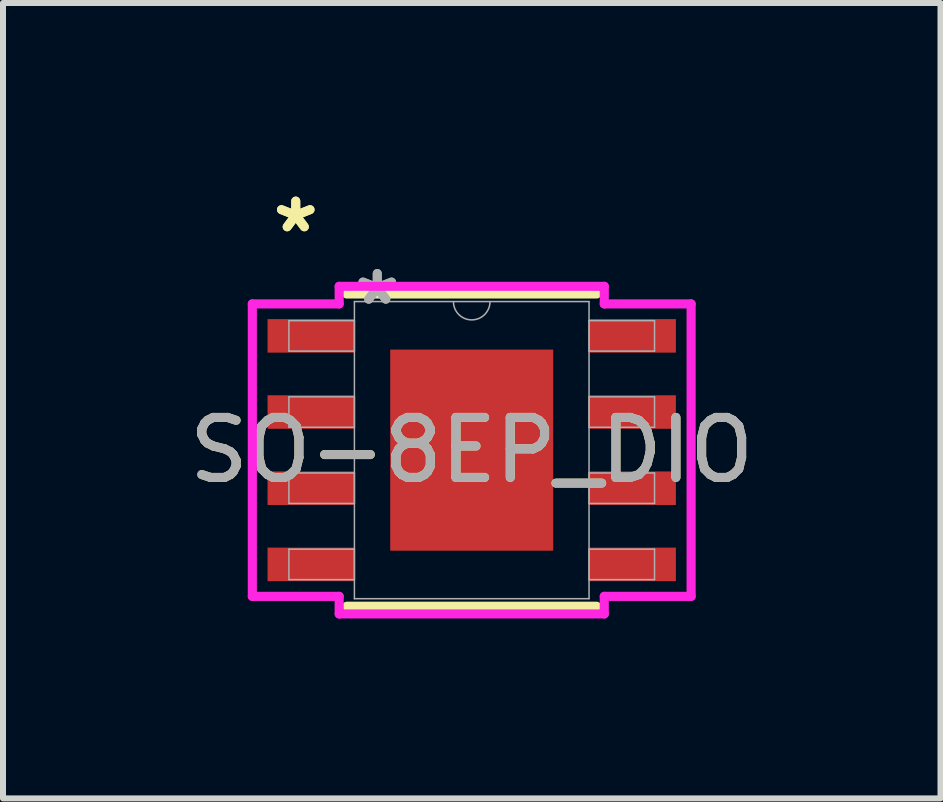
<source format=kicad_pcb>
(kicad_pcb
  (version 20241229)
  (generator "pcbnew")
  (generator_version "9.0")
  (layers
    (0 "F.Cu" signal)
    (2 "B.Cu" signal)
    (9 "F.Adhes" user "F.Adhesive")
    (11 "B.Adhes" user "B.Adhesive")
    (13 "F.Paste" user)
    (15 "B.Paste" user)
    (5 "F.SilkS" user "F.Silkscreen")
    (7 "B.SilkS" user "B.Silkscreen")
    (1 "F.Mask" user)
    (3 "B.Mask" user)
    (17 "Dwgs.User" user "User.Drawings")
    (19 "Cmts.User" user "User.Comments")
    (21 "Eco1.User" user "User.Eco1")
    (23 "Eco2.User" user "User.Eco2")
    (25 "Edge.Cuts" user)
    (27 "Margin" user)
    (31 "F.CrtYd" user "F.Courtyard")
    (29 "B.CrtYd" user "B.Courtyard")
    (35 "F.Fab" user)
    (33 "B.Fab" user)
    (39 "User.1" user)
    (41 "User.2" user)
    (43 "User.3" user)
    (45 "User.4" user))
  (footprint "SO-8EP_DIO"
    (layer "F.Cu")
    (at 4.815 4.455)
    (property "Reference" "SO-8EP_DIO" (at 0 0 0) (unlocked yes) (layer "F.SilkS") (effects (font (size 1 1) (thickness 0.15))))
    (attr smd)
    (fp_line (start -2.083 2.603) (end 2.083 2.603) (stroke (width 0.152) (type solid)) (layer "F.SilkS"))
    (fp_line (start 2.083 -2.603) (end -2.083 -2.603) (stroke (width 0.152) (type solid)) (layer "F.SilkS"))
    (fp_poly (pts (xy -1.259 -1.576) (xy -1.259 -0.1) (xy -0.1 -0.1) (xy -0.1 -1.576)) (stroke (width 0) (type solid)) (fill yes) (layer "F.Paste"))
    (fp_poly (pts (xy -1.259 0.1) (xy -1.259 1.576) (xy -0.1 1.576) (xy -0.1 0.1)) (stroke (width 0) (type solid)) (fill yes) (layer "F.Paste"))
    (fp_poly (pts (xy 0.1 -1.576) (xy 0.1 -0.1) (xy 1.259 -0.1) (xy 1.259 -1.576)) (stroke (width 0) (type solid)) (fill yes) (layer "F.Paste"))
    (fp_poly (pts (xy 0.1 0.1) (xy 0.1 1.576) (xy 1.259 1.576) (xy 1.259 0.1)) (stroke (width 0) (type solid)) (fill yes) (layer "F.Paste"))
    (fp_line (start -3.658 -2.438) (end -2.21 -2.438) (stroke (width 0.152) (type solid)) (layer "F.CrtYd"))
    (fp_line (start -3.658 2.438) (end -3.658 -2.438) (stroke (width 0.152) (type solid)) (layer "F.CrtYd"))
    (fp_line (start -3.658 2.438) (end -2.21 2.438) (stroke (width 0.152) (type solid)) (layer "F.CrtYd"))
    (fp_line (start -2.21 -2.731) (end 2.21 -2.731) (stroke (width 0.152) (type solid)) (layer "F.CrtYd"))
    (fp_line (start -2.21 -2.438) (end -2.21 -2.731) (stroke (width 0.152) (type solid)) (layer "F.CrtYd"))
    (fp_line (start -2.21 2.731) (end -2.21 2.438) (stroke (width 0.152) (type solid)) (layer "F.CrtYd"))
    (fp_line (start 2.21 -2.731) (end 2.21 -2.438) (stroke (width 0.152) (type solid)) (layer "F.CrtYd"))
    (fp_line (start 2.21 2.438) (end 2.21 2.731) (stroke (width 0.152) (type solid)) (layer "F.CrtYd"))
    (fp_line (start 2.21 2.731) (end -2.21 2.731) (stroke (width 0.152) (type solid)) (layer "F.CrtYd"))
    (fp_line (start 3.658 -2.438) (end 2.21 -2.438) (stroke (width 0.152) (type solid)) (layer "F.CrtYd"))
    (fp_line (start 3.658 -2.438) (end 3.658 2.438) (stroke (width 0.152) (type solid)) (layer "F.CrtYd"))
    (fp_line (start 3.658 2.438) (end 2.21 2.438) (stroke (width 0.152) (type solid)) (layer "F.CrtYd"))
    (fp_line (start -3.048 -2.159) (end -3.048 -1.651) (stroke (width 0.025) (type solid)) (layer "F.Fab"))
    (fp_line (start -3.048 -1.651) (end -1.956 -1.651) (stroke (width 0.025) (type solid)) (layer "F.Fab"))
    (fp_line (start -3.048 -0.889) (end -3.048 -0.381) (stroke (width 0.025) (type solid)) (layer "F.Fab"))
    (fp_line (start -3.048 -0.381) (end -1.956 -0.381) (stroke (width 0.025) (type solid)) (layer "F.Fab"))
    (fp_line (start -3.048 0.381) (end -3.048 0.889) (stroke (width 0.025) (type solid)) (layer "F.Fab"))
    (fp_line (start -3.048 0.889) (end -1.956 0.889) (stroke (width 0.025) (type solid)) (layer "F.Fab"))
    (fp_line (start -3.048 1.651) (end -3.048 2.159) (stroke (width 0.025) (type solid)) (layer "F.Fab"))
    (fp_line (start -3.048 2.159) (end -1.956 2.159) (stroke (width 0.025) (type solid)) (layer "F.Fab"))
    (fp_line (start -1.956 -2.477) (end -1.956 2.477) (stroke (width 0.025) (type solid)) (layer "F.Fab"))
    (fp_line (start -1.956 -2.159) (end -3.048 -2.159) (stroke (width 0.025) (type solid)) (layer "F.Fab"))
    (fp_line (start -1.956 -1.651) (end -1.956 -2.159) (stroke (width 0.025) (type solid)) (layer "F.Fab"))
    (fp_line (start -1.956 -0.889) (end -3.048 -0.889) (stroke (width 0.025) (type solid)) (layer "F.Fab"))
    (fp_line (start -1.956 -0.381) (end -1.956 -0.889) (stroke (width 0.025) (type solid)) (layer "F.Fab"))
    (fp_line (start -1.956 0.381) (end -3.048 0.381) (stroke (width 0.025) (type solid)) (layer "F.Fab"))
    (fp_line (start -1.956 0.889) (end -1.956 0.381) (stroke (width 0.025) (type solid)) (layer "F.Fab"))
    (fp_line (start -1.956 1.651) (end -3.048 1.651) (stroke (width 0.025) (type solid)) (layer "F.Fab"))
    (fp_line (start -1.956 2.159) (end -1.956 1.651) (stroke (width 0.025) (type solid)) (layer "F.Fab"))
    (fp_line (start -1.956 2.477) (end 1.956 2.477) (stroke (width 0.025) (type solid)) (layer "F.Fab"))
    (fp_line (start 1.956 -2.477) (end -1.956 -2.477) (stroke (width 0.025) (type solid)) (layer "F.Fab"))
    (fp_line (start 1.956 -2.159) (end 1.956 -1.651) (stroke (width 0.025) (type solid)) (layer "F.Fab"))
    (fp_line (start 1.956 -1.651) (end 3.048 -1.651) (stroke (width 0.025) (type solid)) (layer "F.Fab"))
    (fp_line (start 1.956 -0.889) (end 1.956 -0.381) (stroke (width 0.025) (type solid)) (layer "F.Fab"))
    (fp_line (start 1.956 -0.381) (end 3.048 -0.381) (stroke (width 0.025) (type solid)) (layer "F.Fab"))
    (fp_line (start 1.956 0.381) (end 1.956 0.889) (stroke (width 0.025) (type solid)) (layer "F.Fab"))
    (fp_line (start 1.956 0.889) (end 3.048 0.889) (stroke (width 0.025) (type solid)) (layer "F.Fab"))
    (fp_line (start 1.956 1.651) (end 1.956 2.159) (stroke (width 0.025) (type solid)) (layer "F.Fab"))
    (fp_line (start 1.956 2.159) (end 3.048 2.159) (stroke (width 0.025) (type solid)) (layer "F.Fab"))
    (fp_line (start 1.956 2.477) (end 1.956 -2.477) (stroke (width 0.025) (type solid)) (layer "F.Fab"))
    (fp_line (start 3.048 -2.159) (end 1.956 -2.159) (stroke (width 0.025) (type solid)) (layer "F.Fab"))
    (fp_line (start 3.048 -1.651) (end 3.048 -2.159) (stroke (width 0.025) (type solid)) (layer "F.Fab"))
    (fp_line (start 3.048 -0.889) (end 1.956 -0.889) (stroke (width 0.025) (type solid)) (layer "F.Fab"))
    (fp_line (start 3.048 -0.381) (end 3.048 -0.889) (stroke (width 0.025) (type solid)) (layer "F.Fab"))
    (fp_line (start 3.048 0.381) (end 1.956 0.381) (stroke (width 0.025) (type solid)) (layer "F.Fab"))
    (fp_line (start 3.048 0.889) (end 3.048 0.381) (stroke (width 0.025) (type solid)) (layer "F.Fab"))
    (fp_line (start 3.048 1.651) (end 1.956 1.651) (stroke (width 0.025) (type solid)) (layer "F.Fab"))
    (fp_line (start 3.048 2.159) (end 3.048 1.651) (stroke (width 0.025) (type solid)) (layer "F.Fab"))
    (fp_arc (start 0.3048 -2.4765) (mid 0 -2.1717) (end -0.3048 -2.4765) (stroke (width 0.0254) (type solid)) (layer "F.Fab"))
    (fp_text user "*" (at -2.934 -3.607 0) (unlocked yes) (layer "F.SilkS") (effects (font (size 1 1) (thickness 0.15))))
    (fp_text user "*" (at -2.934 -3.607 0) (layer "F.SilkS") (effects (font (size 1 1) (thickness 0.15))))
    (fp_text user "*" (at -1.575 -2.4 0) (layer "F.Fab") (effects (font (size 1 1) (thickness 0.15))))
    (fp_text user "*" (at -1.575 -2.4 0) (unlocked yes) (layer "F.Fab") (effects (font (size 1 1) (thickness 0.15))))
    (fp_text user "${REFERENCE}" (at 0 0 0) (unlocked yes) (layer "F.Fab") (effects (font (size 1 1) (thickness 0.15))))
    (pad "1" smd rect (at -2.68 -1.905) (size 1.448 0.559) (layers "F.Cu" "F.Mask" "F.Paste"))
    (pad "2" smd rect (at -2.68 -0.635) (size 1.448 0.559) (layers "F.Cu" "F.Mask" "F.Paste"))
    (pad "3" smd rect (at -2.68 0.635) (size 1.448 0.559) (layers "F.Cu" "F.Mask" "F.Paste"))
    (pad "4" smd rect (at -2.68 1.905) (size 1.448 0.559) (layers "F.Cu" "F.Mask" "F.Paste"))
    (pad "5" smd rect (at 2.68 1.905) (size 1.448 0.559) (layers "F.Cu" "F.Mask" "F.Paste"))
    (pad "6" smd rect (at 2.68 0.635) (size 1.448 0.559) (layers "F.Cu" "F.Mask" "F.Paste"))
    (pad "7" smd rect (at 2.68 -0.635) (size 1.448 0.559) (layers "F.Cu" "F.Mask" "F.Paste"))
    (pad "8" smd rect (at 2.68 -1.905) (size 1.448 0.559) (layers "F.Cu" "F.Mask" "F.Paste"))
    (pad "EPAD" smd rect (at 0 0) (size 2.718 3.353) (layers "F.Cu" "F.Mask")))
  (gr_rect
    (start -3 -3)
    (end 12.631 10.262)
    (stroke (width 0.1) (type default))
    (fill no)
    (layer "Edge.Cuts")))
</source>
